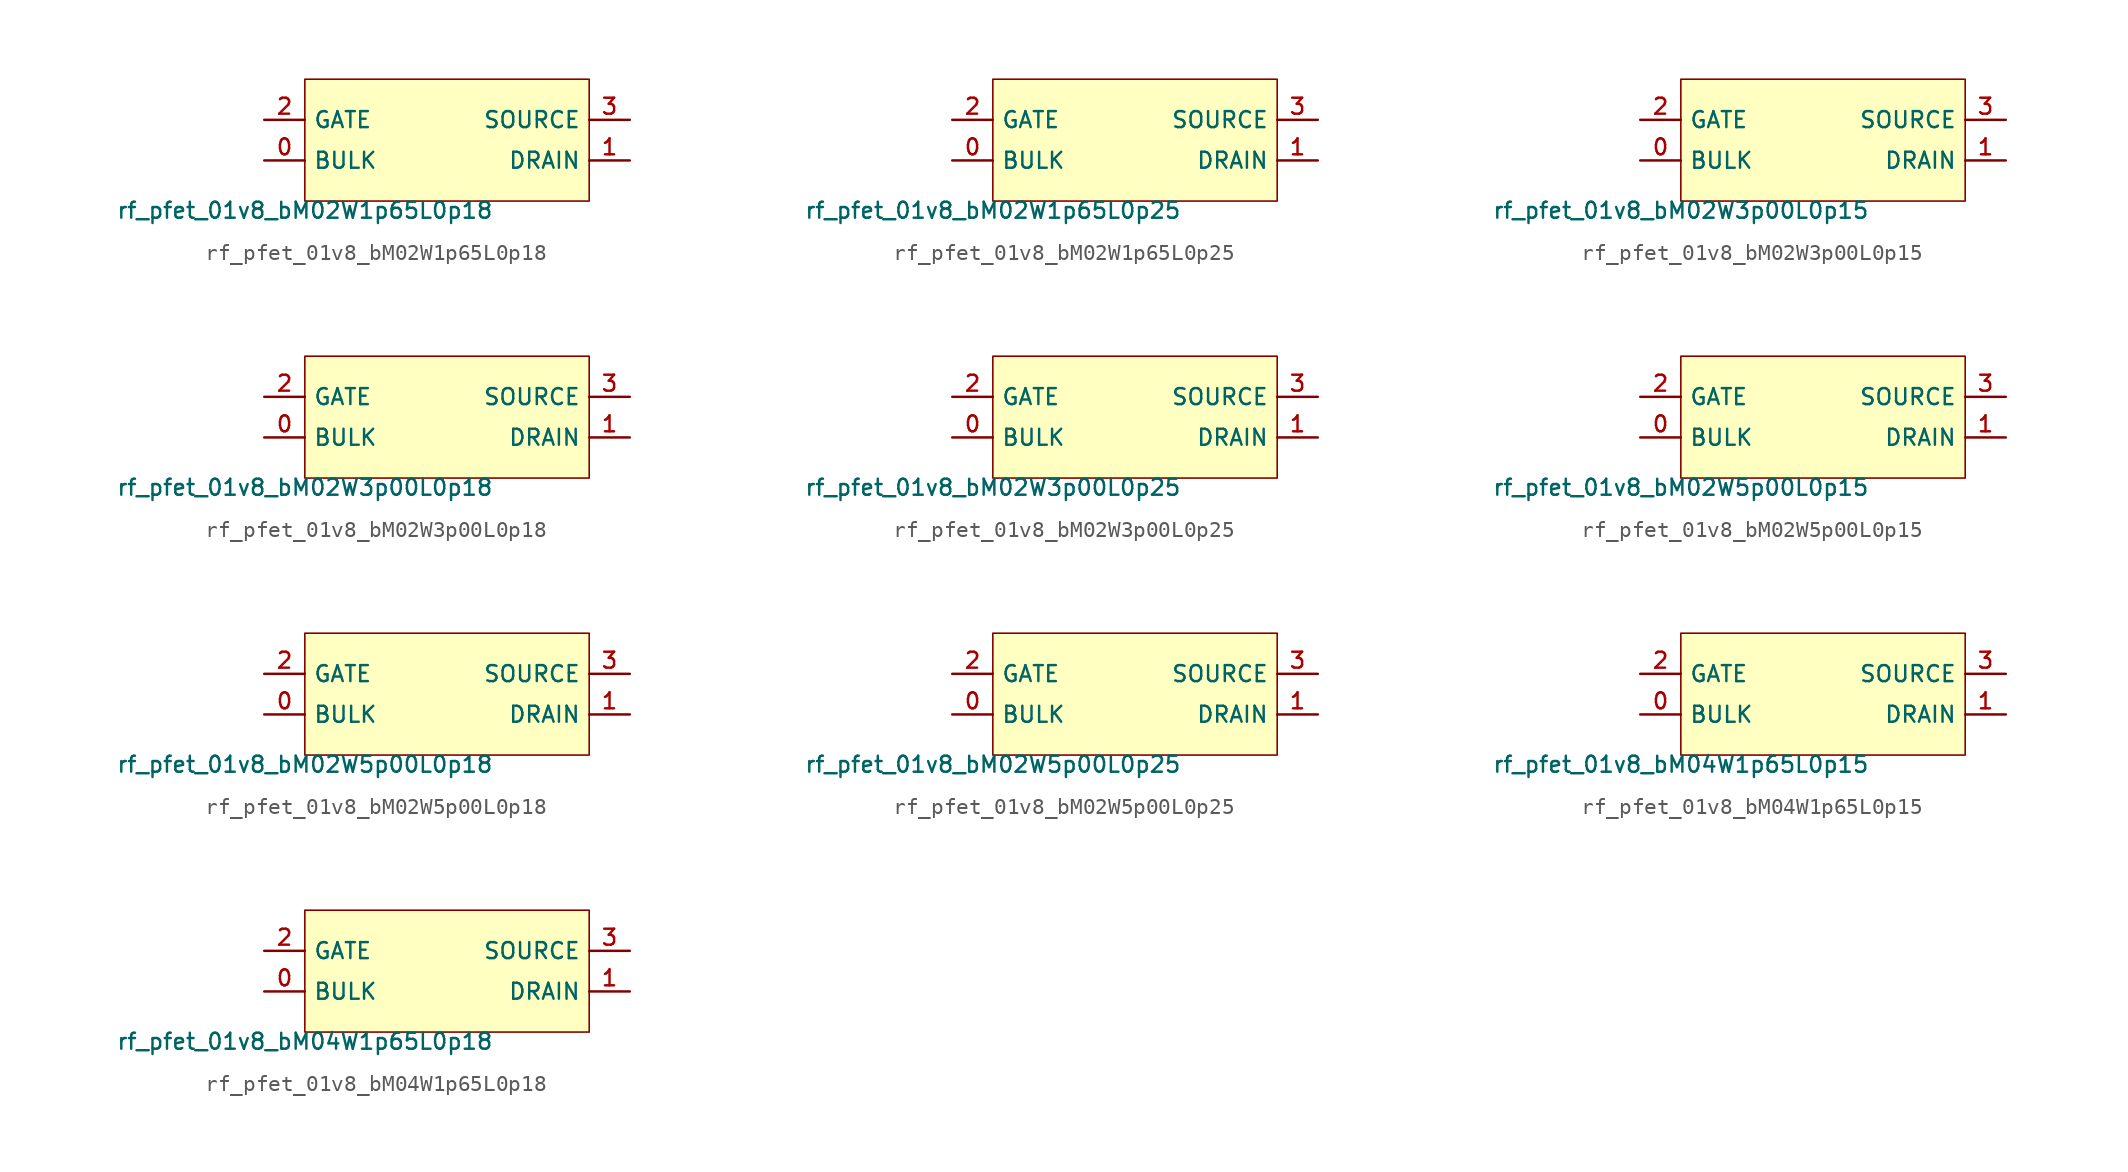
<source format=kicad_sym>
(kicad_symbol_lib
  (version 20211014)
  (generator pdk2kicad)
  (symbol "rf_pfet_01v8_bM02W1p65L0p18"
    (property "Reference" "X"
      (at 0 0 0)
      (effects (font (size 1 1)) hide))
    (property "Value" "rf_pfet_01v8_bM02W1p65L0p18"
      (at -8.89 -3.81 0)
      (effects (font (size 1 1)) (justify top)))
    (rectangle
      (start -8.89 -3.81)
      (end 8.89 3.81)
      (stroke (width 0.1) (type solid) (color 0 0 0 0))
      (fill (type background)))
    (pin bidirectional line
      (at -11.43 -1.27 0)
      (length 2.54)
      (name "BULK" (effects (font (size 1 1)) hide))
      (number "0" (effects (font (size 1 1)) hide)))
    (pin bidirectional line
      (at 11.43 -1.27 180)
      (length 2.54)
      (name "DRAIN" (effects (font (size 1 1)) hide))
      (number "1" (effects (font (size 1 1)) hide)))
    (pin bidirectional line
      (at -11.43 1.27 0)
      (length 2.54)
      (name "GATE" (effects (font (size 1 1)) hide))
      (number "2" (effects (font (size 1 1)) hide)))
    (pin bidirectional line
      (at 11.43 1.27 180)
      (length 2.54)
      (name "SOURCE" (effects (font (size 1 1)) hide))
      (number "3" (effects (font (size 1 1)) hide))))
  (symbol "rf_pfet_01v8_bM02W1p65L0p25"
    (property "Reference" "X"
      (at 0 0 0)
      (effects (font (size 1 1)) hide))
    (property "Value" "rf_pfet_01v8_bM02W1p65L0p25"
      (at -8.89 -3.81 0)
      (effects (font (size 1 1)) (justify top)))
    (rectangle
      (start -8.89 -3.81)
      (end 8.89 3.81)
      (stroke (width 0.1) (type solid) (color 0 0 0 0))
      (fill (type background)))
    (pin bidirectional line
      (at -11.43 -1.27 0)
      (length 2.54)
      (name "BULK" (effects (font (size 1 1)) hide))
      (number "0" (effects (font (size 1 1)) hide)))
    (pin bidirectional line
      (at 11.43 -1.27 180)
      (length 2.54)
      (name "DRAIN" (effects (font (size 1 1)) hide))
      (number "1" (effects (font (size 1 1)) hide)))
    (pin bidirectional line
      (at -11.43 1.27 0)
      (length 2.54)
      (name "GATE" (effects (font (size 1 1)) hide))
      (number "2" (effects (font (size 1 1)) hide)))
    (pin bidirectional line
      (at 11.43 1.27 180)
      (length 2.54)
      (name "SOURCE" (effects (font (size 1 1)) hide))
      (number "3" (effects (font (size 1 1)) hide))))
  (symbol "rf_pfet_01v8_bM02W3p00L0p15"
    (property "Reference" "X"
      (at 0 0 0)
      (effects (font (size 1 1)) hide))
    (property "Value" "rf_pfet_01v8_bM02W3p00L0p15"
      (at -8.89 -3.81 0)
      (effects (font (size 1 1)) (justify top)))
    (rectangle
      (start -8.89 -3.81)
      (end 8.89 3.81)
      (stroke (width 0.1) (type solid) (color 0 0 0 0))
      (fill (type background)))
    (pin bidirectional line
      (at -11.43 -1.27 0)
      (length 2.54)
      (name "BULK" (effects (font (size 1 1)) hide))
      (number "0" (effects (font (size 1 1)) hide)))
    (pin bidirectional line
      (at 11.43 -1.27 180)
      (length 2.54)
      (name "DRAIN" (effects (font (size 1 1)) hide))
      (number "1" (effects (font (size 1 1)) hide)))
    (pin bidirectional line
      (at -11.43 1.27 0)
      (length 2.54)
      (name "GATE" (effects (font (size 1 1)) hide))
      (number "2" (effects (font (size 1 1)) hide)))
    (pin bidirectional line
      (at 11.43 1.27 180)
      (length 2.54)
      (name "SOURCE" (effects (font (size 1 1)) hide))
      (number "3" (effects (font (size 1 1)) hide))))
  (symbol "rf_pfet_01v8_bM02W3p00L0p18"
    (property "Reference" "X"
      (at 0 0 0)
      (effects (font (size 1 1)) hide))
    (property "Value" "rf_pfet_01v8_bM02W3p00L0p18"
      (at -8.89 -3.81 0)
      (effects (font (size 1 1)) (justify top)))
    (rectangle
      (start -8.89 -3.81)
      (end 8.89 3.81)
      (stroke (width 0.1) (type solid) (color 0 0 0 0))
      (fill (type background)))
    (pin bidirectional line
      (at -11.43 -1.27 0)
      (length 2.54)
      (name "BULK" (effects (font (size 1 1)) hide))
      (number "0" (effects (font (size 1 1)) hide)))
    (pin bidirectional line
      (at 11.43 -1.27 180)
      (length 2.54)
      (name "DRAIN" (effects (font (size 1 1)) hide))
      (number "1" (effects (font (size 1 1)) hide)))
    (pin bidirectional line
      (at -11.43 1.27 0)
      (length 2.54)
      (name "GATE" (effects (font (size 1 1)) hide))
      (number "2" (effects (font (size 1 1)) hide)))
    (pin bidirectional line
      (at 11.43 1.27 180)
      (length 2.54)
      (name "SOURCE" (effects (font (size 1 1)) hide))
      (number "3" (effects (font (size 1 1)) hide))))
  (symbol "rf_pfet_01v8_bM02W3p00L0p25"
    (property "Reference" "X"
      (at 0 0 0)
      (effects (font (size 1 1)) hide))
    (property "Value" "rf_pfet_01v8_bM02W3p00L0p25"
      (at -8.89 -3.81 0)
      (effects (font (size 1 1)) (justify top)))
    (rectangle
      (start -8.89 -3.81)
      (end 8.89 3.81)
      (stroke (width 0.1) (type solid) (color 0 0 0 0))
      (fill (type background)))
    (pin bidirectional line
      (at -11.43 -1.27 0)
      (length 2.54)
      (name "BULK" (effects (font (size 1 1)) hide))
      (number "0" (effects (font (size 1 1)) hide)))
    (pin bidirectional line
      (at 11.43 -1.27 180)
      (length 2.54)
      (name "DRAIN" (effects (font (size 1 1)) hide))
      (number "1" (effects (font (size 1 1)) hide)))
    (pin bidirectional line
      (at -11.43 1.27 0)
      (length 2.54)
      (name "GATE" (effects (font (size 1 1)) hide))
      (number "2" (effects (font (size 1 1)) hide)))
    (pin bidirectional line
      (at 11.43 1.27 180)
      (length 2.54)
      (name "SOURCE" (effects (font (size 1 1)) hide))
      (number "3" (effects (font (size 1 1)) hide))))
  (symbol "rf_pfet_01v8_bM02W5p00L0p15"
    (property "Reference" "X"
      (at 0 0 0)
      (effects (font (size 1 1)) hide))
    (property "Value" "rf_pfet_01v8_bM02W5p00L0p15"
      (at -8.89 -3.81 0)
      (effects (font (size 1 1)) (justify top)))
    (rectangle
      (start -8.89 -3.81)
      (end 8.89 3.81)
      (stroke (width 0.1) (type solid) (color 0 0 0 0))
      (fill (type background)))
    (pin bidirectional line
      (at -11.43 -1.27 0)
      (length 2.54)
      (name "BULK" (effects (font (size 1 1)) hide))
      (number "0" (effects (font (size 1 1)) hide)))
    (pin bidirectional line
      (at 11.43 -1.27 180)
      (length 2.54)
      (name "DRAIN" (effects (font (size 1 1)) hide))
      (number "1" (effects (font (size 1 1)) hide)))
    (pin bidirectional line
      (at -11.43 1.27 0)
      (length 2.54)
      (name "GATE" (effects (font (size 1 1)) hide))
      (number "2" (effects (font (size 1 1)) hide)))
    (pin bidirectional line
      (at 11.43 1.27 180)
      (length 2.54)
      (name "SOURCE" (effects (font (size 1 1)) hide))
      (number "3" (effects (font (size 1 1)) hide))))
  (symbol "rf_pfet_01v8_bM02W5p00L0p18"
    (property "Reference" "X"
      (at 0 0 0)
      (effects (font (size 1 1)) hide))
    (property "Value" "rf_pfet_01v8_bM02W5p00L0p18"
      (at -8.89 -3.81 0)
      (effects (font (size 1 1)) (justify top)))
    (rectangle
      (start -8.89 -3.81)
      (end 8.89 3.81)
      (stroke (width 0.1) (type solid) (color 0 0 0 0))
      (fill (type background)))
    (pin bidirectional line
      (at -11.43 -1.27 0)
      (length 2.54)
      (name "BULK" (effects (font (size 1 1)) hide))
      (number "0" (effects (font (size 1 1)) hide)))
    (pin bidirectional line
      (at 11.43 -1.27 180)
      (length 2.54)
      (name "DRAIN" (effects (font (size 1 1)) hide))
      (number "1" (effects (font (size 1 1)) hide)))
    (pin bidirectional line
      (at -11.43 1.27 0)
      (length 2.54)
      (name "GATE" (effects (font (size 1 1)) hide))
      (number "2" (effects (font (size 1 1)) hide)))
    (pin bidirectional line
      (at 11.43 1.27 180)
      (length 2.54)
      (name "SOURCE" (effects (font (size 1 1)) hide))
      (number "3" (effects (font (size 1 1)) hide))))
  (symbol "rf_pfet_01v8_bM02W5p00L0p25"
    (property "Reference" "X"
      (at 0 0 0)
      (effects (font (size 1 1)) hide))
    (property "Value" "rf_pfet_01v8_bM02W5p00L0p25"
      (at -8.89 -3.81 0)
      (effects (font (size 1 1)) (justify top)))
    (rectangle
      (start -8.89 -3.81)
      (end 8.89 3.81)
      (stroke (width 0.1) (type solid) (color 0 0 0 0))
      (fill (type background)))
    (pin bidirectional line
      (at -11.43 -1.27 0)
      (length 2.54)
      (name "BULK" (effects (font (size 1 1)) hide))
      (number "0" (effects (font (size 1 1)) hide)))
    (pin bidirectional line
      (at 11.43 -1.27 180)
      (length 2.54)
      (name "DRAIN" (effects (font (size 1 1)) hide))
      (number "1" (effects (font (size 1 1)) hide)))
    (pin bidirectional line
      (at -11.43 1.27 0)
      (length 2.54)
      (name "GATE" (effects (font (size 1 1)) hide))
      (number "2" (effects (font (size 1 1)) hide)))
    (pin bidirectional line
      (at 11.43 1.27 180)
      (length 2.54)
      (name "SOURCE" (effects (font (size 1 1)) hide))
      (number "3" (effects (font (size 1 1)) hide))))
  (symbol "rf_pfet_01v8_bM04W1p65L0p15"
    (property "Reference" "X"
      (at 0 0 0)
      (effects (font (size 1 1)) hide))
    (property "Value" "rf_pfet_01v8_bM04W1p65L0p15"
      (at -8.89 -3.81 0)
      (effects (font (size 1 1)) (justify top)))
    (rectangle
      (start -8.89 -3.81)
      (end 8.89 3.81)
      (stroke (width 0.1) (type solid) (color 0 0 0 0))
      (fill (type background)))
    (pin bidirectional line
      (at -11.43 -1.27 0)
      (length 2.54)
      (name "BULK" (effects (font (size 1 1)) hide))
      (number "0" (effects (font (size 1 1)) hide)))
    (pin bidirectional line
      (at 11.43 -1.27 180)
      (length 2.54)
      (name "DRAIN" (effects (font (size 1 1)) hide))
      (number "1" (effects (font (size 1 1)) hide)))
    (pin bidirectional line
      (at -11.43 1.27 0)
      (length 2.54)
      (name "GATE" (effects (font (size 1 1)) hide))
      (number "2" (effects (font (size 1 1)) hide)))
    (pin bidirectional line
      (at 11.43 1.27 180)
      (length 2.54)
      (name "SOURCE" (effects (font (size 1 1)) hide))
      (number "3" (effects (font (size 1 1)) hide))))
  (symbol "rf_pfet_01v8_bM04W1p65L0p18"
    (property "Reference" "X"
      (at 0 0 0)
      (effects (font (size 1 1)) hide))
    (property "Value" "rf_pfet_01v8_bM04W1p65L0p18"
      (at -8.89 -3.81 0)
      (effects (font (size 1 1)) (justify top)))
    (rectangle
      (start -8.89 -3.81)
      (end 8.89 3.81)
      (stroke (width 0.1) (type solid) (color 0 0 0 0))
      (fill (type background)))
    (pin bidirectional line
      (at -11.43 -1.27 0)
      (length 2.54)
      (name "BULK" (effects (font (size 1 1)) hide))
      (number "0" (effects (font (size 1 1)) hide)))
    (pin bidirectional line
      (at 11.43 -1.27 180)
      (length 2.54)
      (name "DRAIN" (effects (font (size 1 1)) hide))
      (number "1" (effects (font (size 1 1)) hide)))
    (pin bidirectional line
      (at -11.43 1.27 0)
      (length 2.54)
      (name "GATE" (effects (font (size 1 1)) hide))
      (number "2" (effects (font (size 1 1)) hide)))
    (pin bidirectional line
      (at 11.43 1.27 180)
      (length 2.54)
      (name "SOURCE" (effects (font (size 1 1)) hide))
      (number "3" (effects (font (size 1 1)) hide)))))
</source>
